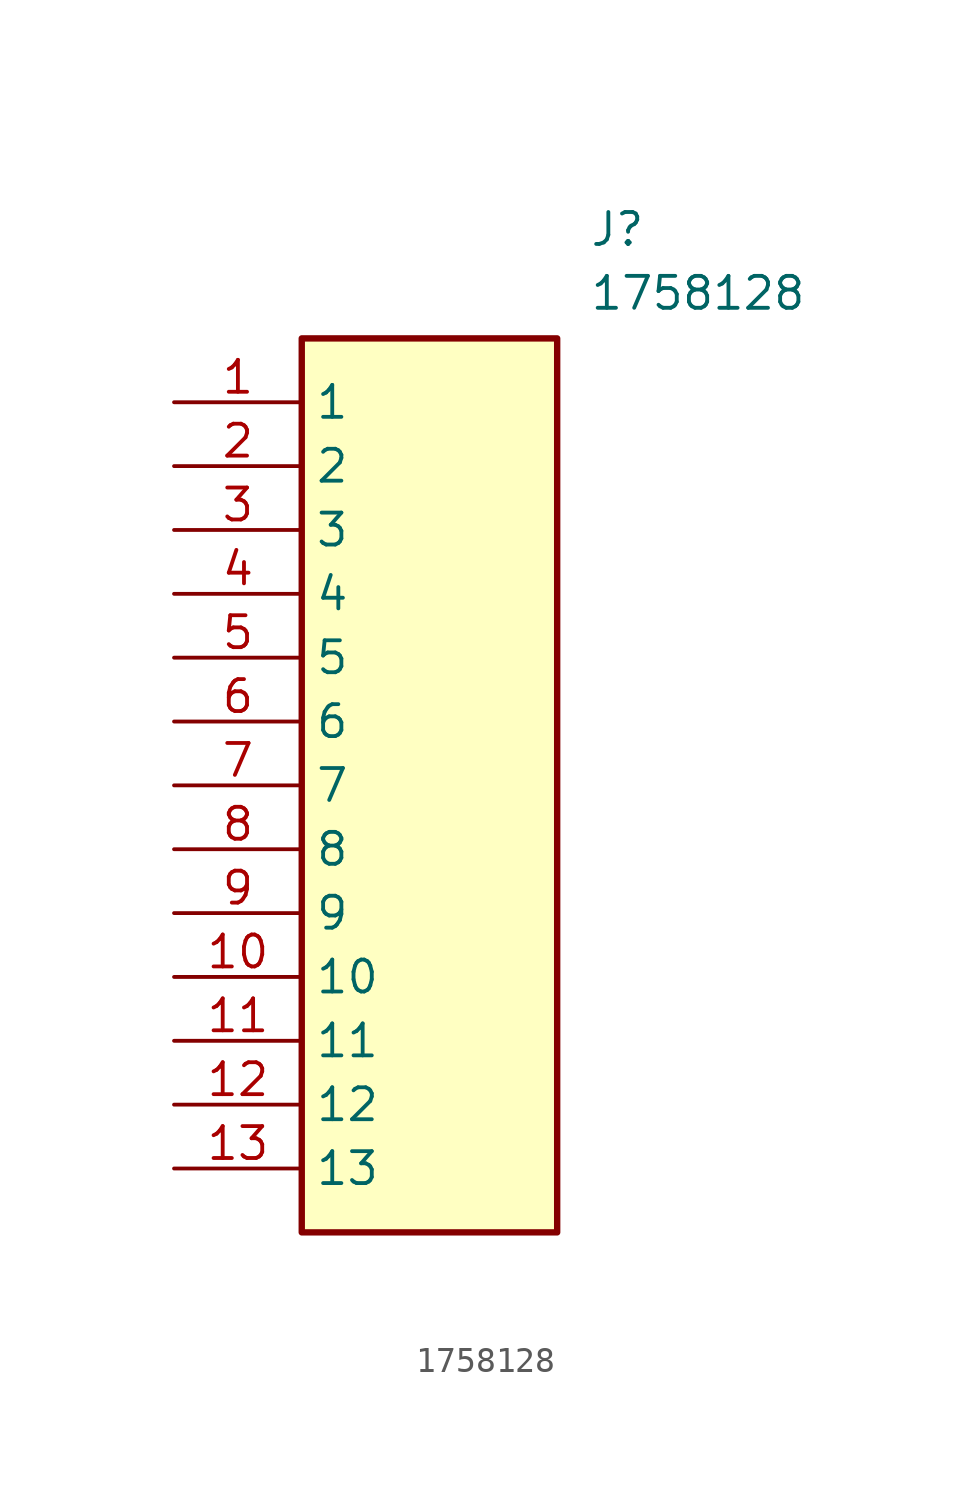
<source format=kicad_sym>
(kicad_symbol_lib
  (version 20211014)
  (generator SamacSys_ECAD_Model)
  (symbol "1758128"
    (property "Reference" "J"
      (at 16.51 7.62 0)
      (effects (font (size 1.27 1.27)) (justify left top)))
    (property "Value" "1758128"
      (at 16.51 5.08 0)
      (effects (font (size 1.27 1.27)) (justify left top)))
    (rectangle
      (start 5.08 2.54)
      (end 15.24 -33.02)
      (stroke (width 0.254) (type default))
      (fill (type background)))
    (pin passive line
      (at 0 0 0)
      (length 5.08)
      (name "1" (effects (font (size 1.27 1.27))))
      (number "1" (effects (font (size 1.27 1.27)))))
    (pin passive line
      (at 0 -2.54 0)
      (length 5.08)
      (name "2" (effects (font (size 1.27 1.27))))
      (number "2" (effects (font (size 1.27 1.27)))))
    (pin passive line
      (at 0 -5.08 0)
      (length 5.08)
      (name "3" (effects (font (size 1.27 1.27))))
      (number "3" (effects (font (size 1.27 1.27)))))
    (pin passive line
      (at 0 -7.62 0)
      (length 5.08)
      (name "4" (effects (font (size 1.27 1.27))))
      (number "4" (effects (font (size 1.27 1.27)))))
    (pin passive line
      (at 0 -10.16 0)
      (length 5.08)
      (name "5" (effects (font (size 1.27 1.27))))
      (number "5" (effects (font (size 1.27 1.27)))))
    (pin passive line
      (at 0 -12.7 0)
      (length 5.08)
      (name "6" (effects (font (size 1.27 1.27))))
      (number "6" (effects (font (size 1.27 1.27)))))
    (pin passive line
      (at 0 -15.24 0)
      (length 5.08)
      (name "7" (effects (font (size 1.27 1.27))))
      (number "7" (effects (font (size 1.27 1.27)))))
    (pin passive line
      (at 0 -17.78 0)
      (length 5.08)
      (name "8" (effects (font (size 1.27 1.27))))
      (number "8" (effects (font (size 1.27 1.27)))))
    (pin passive line
      (at 0 -20.32 0)
      (length 5.08)
      (name "9" (effects (font (size 1.27 1.27))))
      (number "9" (effects (font (size 1.27 1.27)))))
    (pin passive line
      (at 0 -22.86 0)
      (length 5.08)
      (name "10" (effects (font (size 1.27 1.27))))
      (number "10" (effects (font (size 1.27 1.27)))))
    (pin passive line
      (at 0 -25.4 0)
      (length 5.08)
      (name "11" (effects (font (size 1.27 1.27))))
      (number "11" (effects (font (size 1.27 1.27)))))
    (pin passive line
      (at 0 -27.94 0)
      (length 5.08)
      (name "12" (effects (font (size 1.27 1.27))))
      (number "12" (effects (font (size 1.27 1.27)))))
    (pin passive line
      (at 0 -30.48 0)
      (length 5.08)
      (name "13" (effects (font (size 1.27 1.27))))
      (number "13" (effects (font (size 1.27 1.27)))))))
</source>
